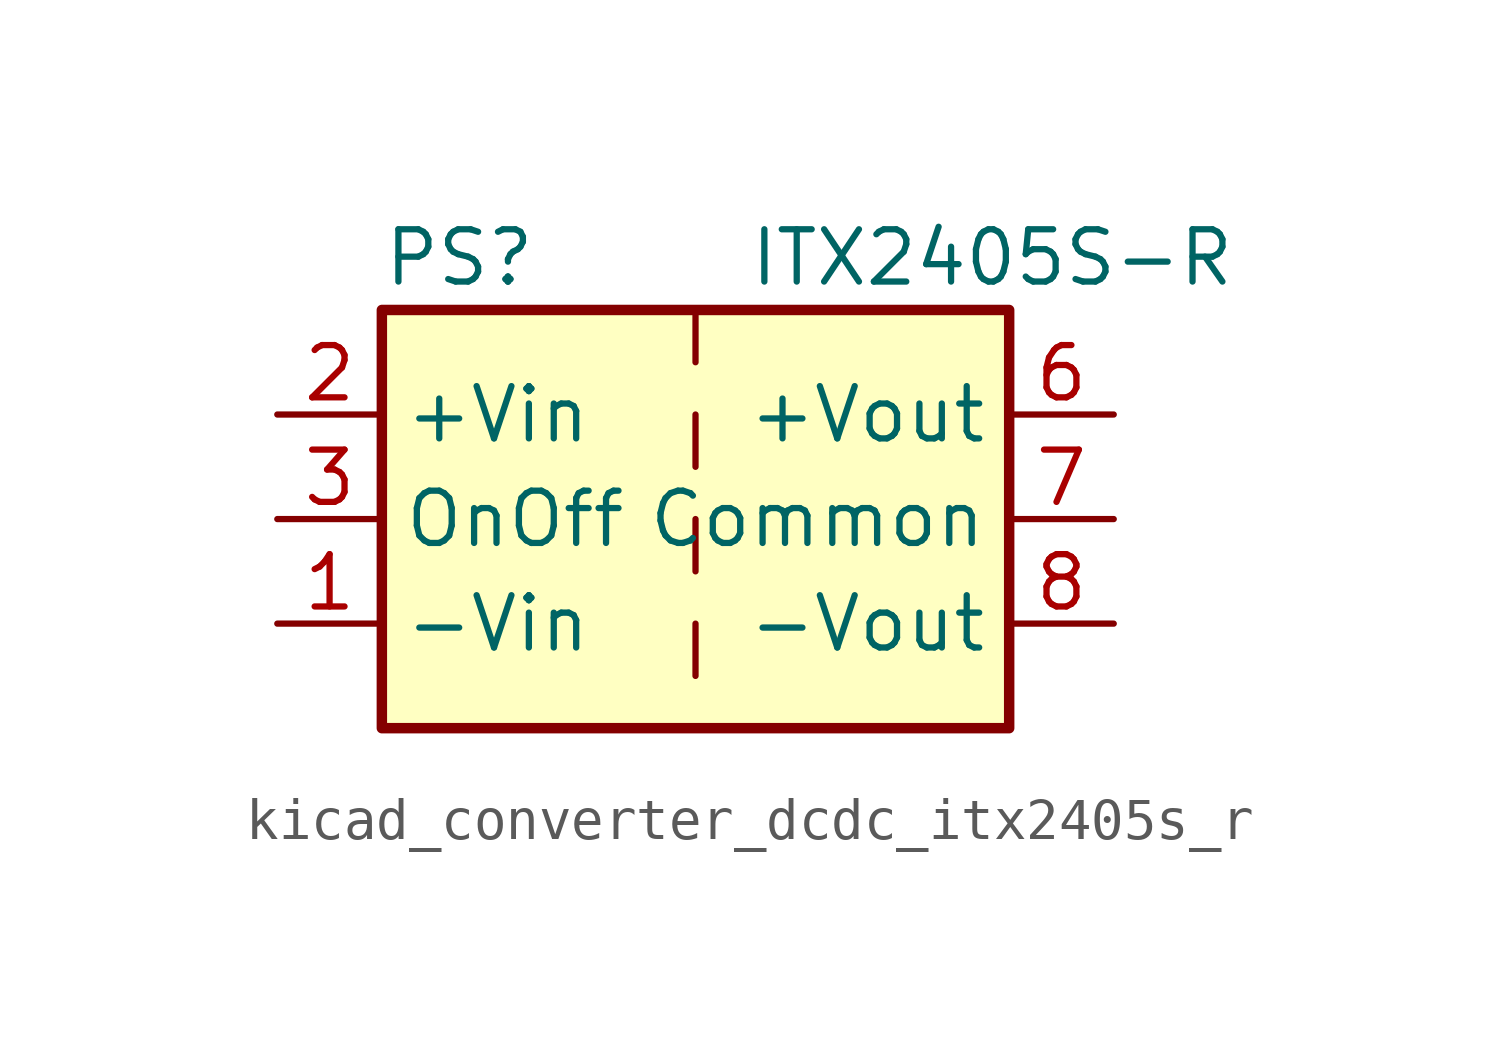
<source format=kicad_sym>
(kicad_symbol_lib
  (version 20220914)
  (generator kicad_symbol_editor)
  (symbol "kicad_converter_dcdc_itx2405s_r"
    (property "Reference" "PS"
      (at -7.62 6.35 0)
      (effects (font (size 1.27 1.27)) (justify left)))
    (property "Value" "ITX2405S-R"
      (at 1.27 6.35 0)
      (effects (font (size 1.27 1.27)) (justify left)))
    (symbol "kicad_converter_dcdc_itx2405s_r_0_0"
      (pin power_in line (at -10.16 -2.54 0) (length 2.54) (name "-Vin" (effects (font (size 1.27 1.27)))) (number "1" (effects (font (size 1.27 1.27)))))
      (pin power_in line (at -10.16 2.54 0) (length 2.54) (name "+Vin" (effects (font (size 1.27 1.27)))) (number "2" (effects (font (size 1.27 1.27)))))
      (pin input line (at -10.16 0 0) (length 2.54) (name "OnOff" (effects (font (size 1.27 1.27)))) (number "3" (effects (font (size 1.27 1.27)))))
      (pin no_connect line (at 0 5.08 270) (length 2.54) hide (name "NC" (effects (font (size 1.27 1.27)))) (number "5" (effects (font (size 1.27 1.27)))))
      (pin power_out line (at 10.16 2.54 180) (length 2.54) (name "+Vout" (effects (font (size 1.27 1.27)))) (number "6" (effects (font (size 1.27 1.27)))))
      (pin power_out line (at 10.16 0 180) (length 2.54) (name "Common" (effects (font (size 1.27 1.27)))) (number "7" (effects (font (size 1.27 1.27)))))
      (pin power_out line (at 10.16 -2.54 180) (length 2.54) (name "-Vout" (effects (font (size 1.27 1.27)))) (number "8" (effects (font (size 1.27 1.27))))))
    (symbol "kicad_converter_dcdc_itx2405s_r_0_1"
      (rectangle (start -7.62 5.08) (end 7.62 -5.08) (stroke (width 0.254) (type default)) (fill (type background)))
      (polyline (pts (xy 0 -2.54) (xy 0 -3.81)) (stroke (width 0) (type default)) (fill (type none)))
      (polyline (pts (xy 0 0) (xy 0 -1.27)) (stroke (width 0) (type default)) (fill (type none)))
      (polyline (pts (xy 0 2.54) (xy 0 1.27)) (stroke (width 0) (type default)) (fill (type none)))
      (polyline (pts (xy 0 5.08) (xy 0 3.81)) (stroke (width 0) (type default)) (fill (type none))))))
</source>
